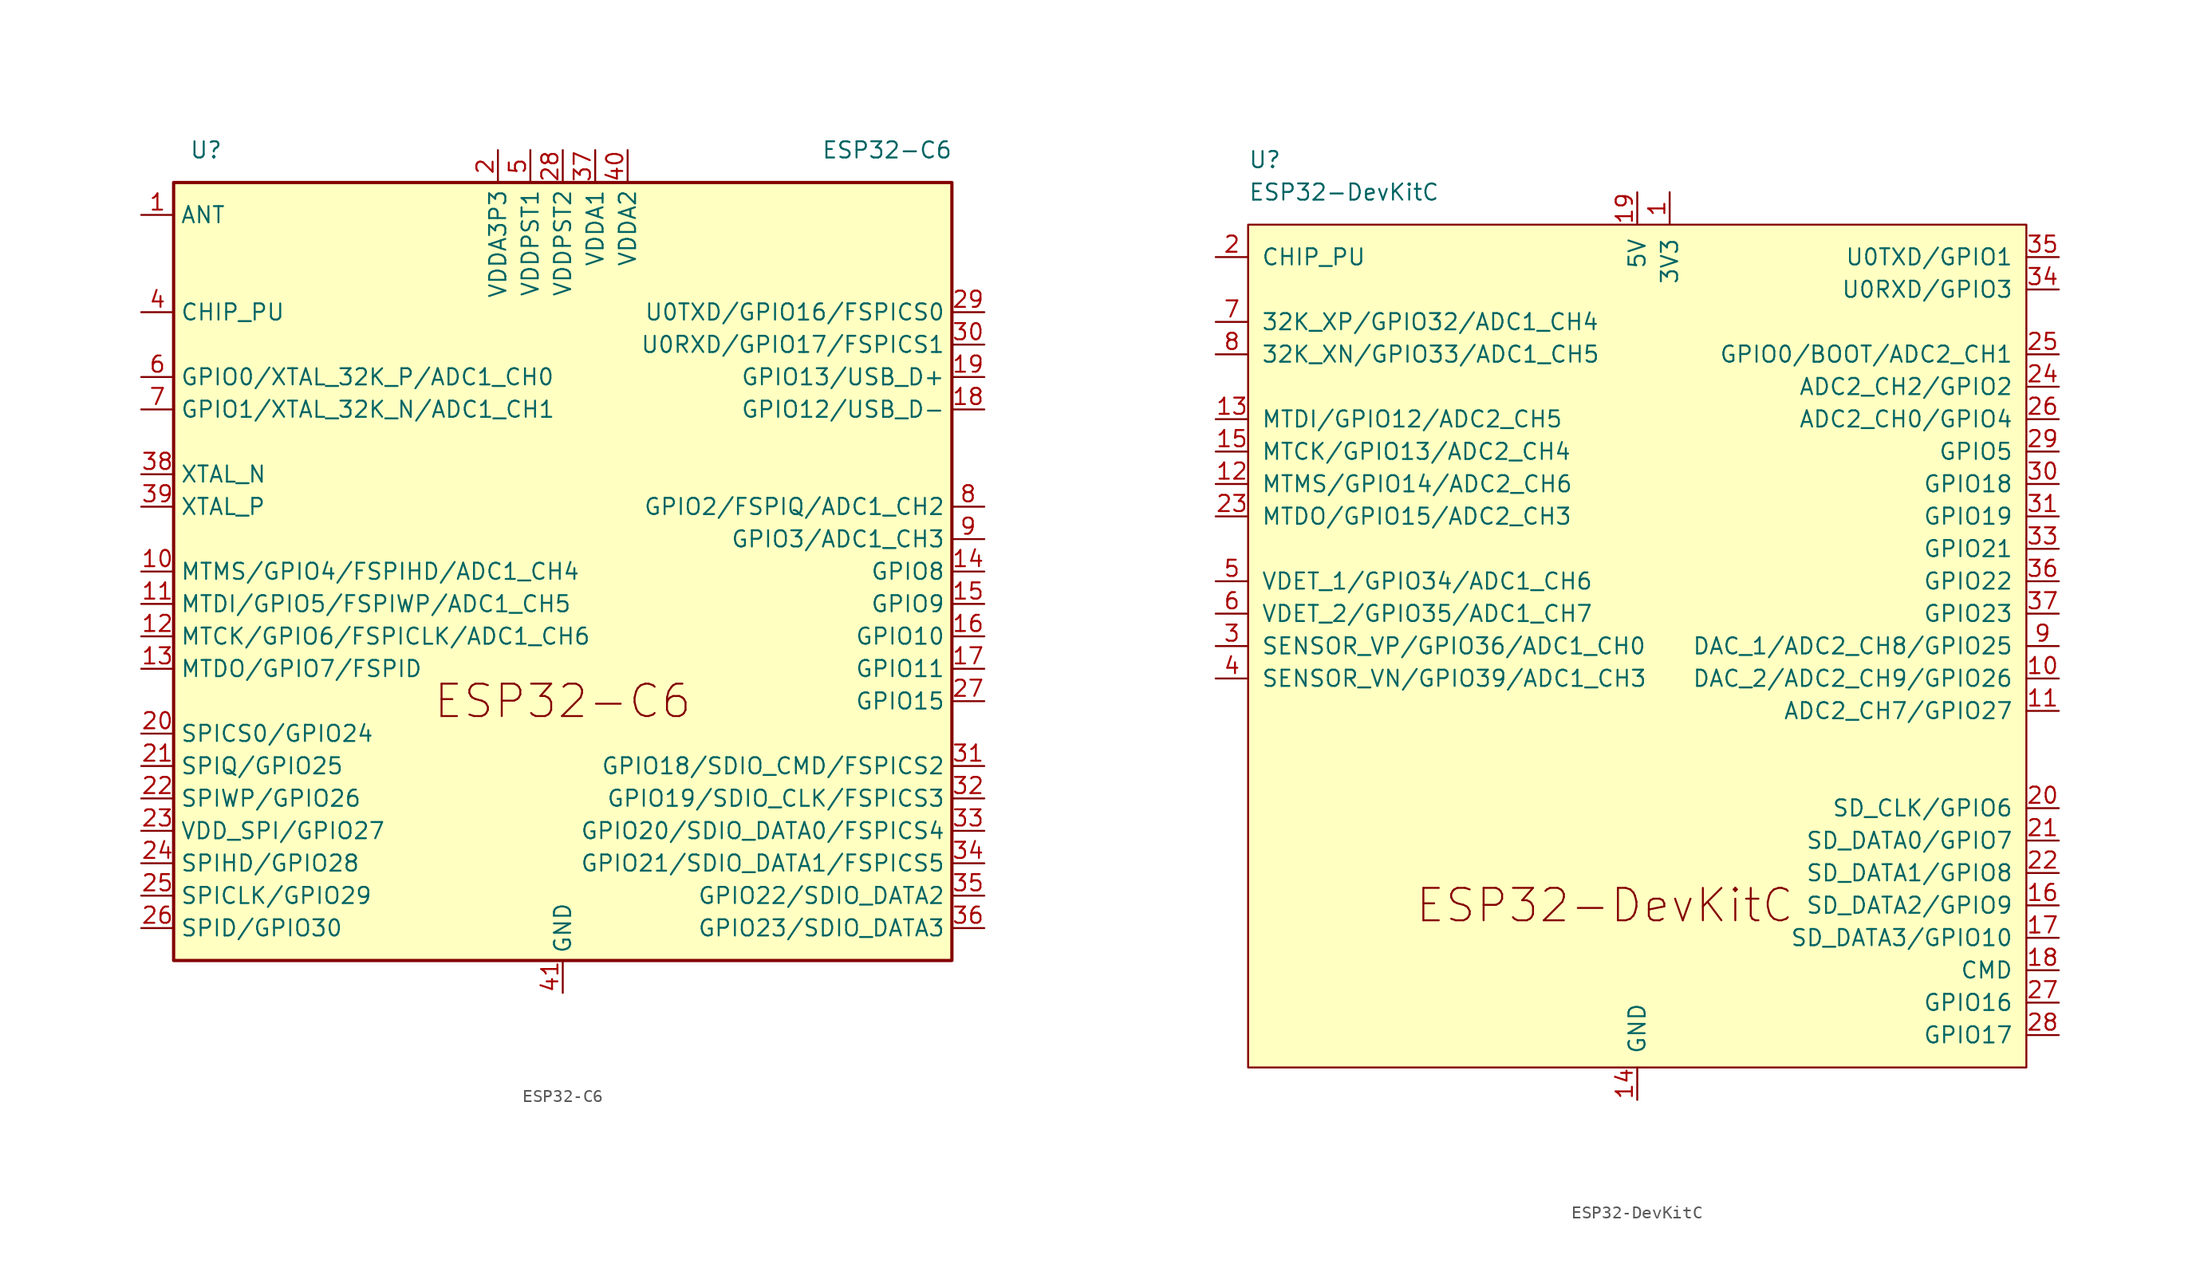
<source format=kicad_sym>
(kicad_symbol_lib
  (version 20241209)
  (generator "kicad_symbol_editor")
  (generator_version "9.0")
  (symbol "ESP32-C6"
    (property "Reference" "U"
      (at -27.94 33.02 0)
      (effects (font (size 1.27 1.27))))
    (property "Value" "ESP32-C6"
      (at 25.4 33.02 0)
      (effects (font (size 1.27 1.27))))
    (symbol "ESP32-C6_0_0"
      (text "ESP32-C6" (at 0 -10.16 0) (effects (font (size 2.54 2.54)))))
    (symbol "ESP32-C6_0_1"
      (rectangle (start -30.48 30.48) (end 30.48 -30.48) (stroke (width 0.254) (type default)) (fill (type background))))
    (symbol "ESP32-C6_1_1"
      (pin bidirectional line (at -33.02 27.94 0) (length 2.54) (name "ANT" (effects (font (size 1.27 1.27)))) (number "1" (effects (font (size 1.27 1.27)))))
      (pin input line (at -33.02 20.32 0) (length 2.54) (name "CHIP_PU" (effects (font (size 1.27 1.27)))) (number "4" (effects (font (size 1.27 1.27)))))
      (pin bidirectional line (at -33.02 15.24 0) (length 2.54) (name "GPIO0/XTAL_32K_P/ADC1_CH0" (effects (font (size 1.27 1.27)))) (number "6" (effects (font (size 1.27 1.27)))))
      (pin bidirectional line (at -33.02 12.7 0) (length 2.54) (name "GPIO1/XTAL_32K_N/ADC1_CH1" (effects (font (size 1.27 1.27)))) (number "7" (effects (font (size 1.27 1.27)))))
      (pin output line (at -33.02 7.62 0) (length 2.54) (name "XTAL_N" (effects (font (size 1.27 1.27)))) (number "38" (effects (font (size 1.27 1.27)))))
      (pin input line (at -33.02 5.08 0) (length 2.54) (name "XTAL_P" (effects (font (size 1.27 1.27)))) (number "39" (effects (font (size 1.27 1.27)))))
      (pin bidirectional line (at -33.02 0 0) (length 2.54) (name "MTMS/GPIO4/FSPIHD/ADC1_CH4" (effects (font (size 1.27 1.27)))) (number "10" (effects (font (size 1.27 1.27)))))
      (pin bidirectional line (at -33.02 -2.54 0) (length 2.54) (name "MTDI/GPIO5/FSPIWP/ADC1_CH5" (effects (font (size 1.27 1.27)))) (number "11" (effects (font (size 1.27 1.27)))))
      (pin bidirectional line (at -33.02 -5.08 0) (length 2.54) (name "MTCK/GPIO6/FSPICLK/ADC1_CH6" (effects (font (size 1.27 1.27)))) (number "12" (effects (font (size 1.27 1.27)))))
      (pin bidirectional line (at -33.02 -7.62 0) (length 2.54) (name "MTDO/GPIO7/FSPID" (effects (font (size 1.27 1.27)))) (number "13" (effects (font (size 1.27 1.27)))))
      (pin bidirectional line (at -33.02 -12.7 0) (length 2.54) (name "SPICS0/GPIO24" (effects (font (size 1.27 1.27)))) (number "20" (effects (font (size 1.27 1.27)))))
      (pin bidirectional line (at -33.02 -15.24 0) (length 2.54) (name "SPIQ/GPIO25" (effects (font (size 1.27 1.27)))) (number "21" (effects (font (size 1.27 1.27)))))
      (pin bidirectional line (at -33.02 -17.78 0) (length 2.54) (name "SPIWP/GPIO26" (effects (font (size 1.27 1.27)))) (number "22" (effects (font (size 1.27 1.27)))))
      (pin bidirectional line (at -33.02 -20.32 0) (length 2.54) (name "VDD_SPI/GPIO27" (effects (font (size 1.27 1.27)))) (number "23" (effects (font (size 1.27 1.27)))))
      (pin bidirectional line (at -33.02 -22.86 0) (length 2.54) (name "SPIHD/GPIO28" (effects (font (size 1.27 1.27)))) (number "24" (effects (font (size 1.27 1.27)))))
      (pin bidirectional line (at -33.02 -25.4 0) (length 2.54) (name "SPICLK/GPIO29" (effects (font (size 1.27 1.27)))) (number "25" (effects (font (size 1.27 1.27)))))
      (pin bidirectional line (at -33.02 -27.94 0) (length 2.54) (name "SPID/GPIO30" (effects (font (size 1.27 1.27)))) (number "26" (effects (font (size 1.27 1.27)))))
      (pin power_in line (at -5.08 33.02 270) (length 2.54) (name "VDDA3P3" (effects (font (size 1.27 1.27)))) (number "2" (effects (font (size 1.27 1.27)))))
      (pin passive line (at -5.08 33.02 270) (length 2.54) (hide yes) (name "VDDA3P3" (effects (font (size 1.27 1.27)))) (number "3" (effects (font (size 1.27 1.27)))))
      (pin power_in line (at -2.54 33.02 270) (length 2.54) (name "VDDPST1" (effects (font (size 1.27 1.27)))) (number "5" (effects (font (size 1.27 1.27)))))
      (pin power_in line (at 0 33.02 270) (length 2.54) (name "VDDPST2" (effects (font (size 1.27 1.27)))) (number "28" (effects (font (size 1.27 1.27)))))
      (pin power_in line (at 0 -33.02 90) (length 2.54) (name "GND" (effects (font (size 1.27 1.27)))) (number "41" (effects (font (size 1.27 1.27)))))
      (pin power_in line (at 2.54 33.02 270) (length 2.54) (name "VDDA1" (effects (font (size 1.27 1.27)))) (number "37" (effects (font (size 1.27 1.27)))))
      (pin power_in line (at 5.08 33.02 270) (length 2.54) (name "VDDA2" (effects (font (size 1.27 1.27)))) (number "40" (effects (font (size 1.27 1.27)))))
      (pin bidirectional line (at 33.02 20.32 180) (length 2.54) (name "U0TXD/GPIO16/FSPICS0" (effects (font (size 1.27 1.27)))) (number "29" (effects (font (size 1.27 1.27)))))
      (pin bidirectional line (at 33.02 17.78 180) (length 2.54) (name "U0RXD/GPIO17/FSPICS1" (effects (font (size 1.27 1.27)))) (number "30" (effects (font (size 1.27 1.27)))))
      (pin bidirectional line (at 33.02 15.24 180) (length 2.54) (name "GPIO13/USB_D+" (effects (font (size 1.27 1.27)))) (number "19" (effects (font (size 1.27 1.27)))))
      (pin bidirectional line (at 33.02 12.7 180) (length 2.54) (name "GPIO12/USB_D-" (effects (font (size 1.27 1.27)))) (number "18" (effects (font (size 1.27 1.27)))))
      (pin bidirectional line (at 33.02 5.08 180) (length 2.54) (name "GPIO2/FSPIQ/ADC1_CH2" (effects (font (size 1.27 1.27)))) (number "8" (effects (font (size 1.27 1.27)))))
      (pin bidirectional line (at 33.02 2.54 180) (length 2.54) (name "GPIO3/ADC1_CH3" (effects (font (size 1.27 1.27)))) (number "9" (effects (font (size 1.27 1.27)))))
      (pin bidirectional line (at 33.02 0 180) (length 2.54) (name "GPIO8" (effects (font (size 1.27 1.27)))) (number "14" (effects (font (size 1.27 1.27)))))
      (pin bidirectional line (at 33.02 -2.54 180) (length 2.54) (name "GPIO9" (effects (font (size 1.27 1.27)))) (number "15" (effects (font (size 1.27 1.27)))))
      (pin bidirectional line (at 33.02 -5.08 180) (length 2.54) (name "GPIO10" (effects (font (size 1.27 1.27)))) (number "16" (effects (font (size 1.27 1.27)))))
      (pin bidirectional line (at 33.02 -7.62 180) (length 2.54) (name "GPIO11" (effects (font (size 1.27 1.27)))) (number "17" (effects (font (size 1.27 1.27)))))
      (pin bidirectional line (at 33.02 -10.16 180) (length 2.54) (name "GPIO15" (effects (font (size 1.27 1.27)))) (number "27" (effects (font (size 1.27 1.27)))))
      (pin bidirectional line (at 33.02 -15.24 180) (length 2.54) (name "GPIO18/SDIO_CMD/FSPICS2" (effects (font (size 1.27 1.27)))) (number "31" (effects (font (size 1.27 1.27)))))
      (pin bidirectional line (at 33.02 -17.78 180) (length 2.54) (name "GPIO19/SDIO_CLK/FSPICS3" (effects (font (size 1.27 1.27)))) (number "32" (effects (font (size 1.27 1.27)))))
      (pin bidirectional line (at 33.02 -20.32 180) (length 2.54) (name "GPIO20/SDIO_DATA0/FSPICS4" (effects (font (size 1.27 1.27)))) (number "33" (effects (font (size 1.27 1.27)))))
      (pin bidirectional line (at 33.02 -22.86 180) (length 2.54) (name "GPIO21/SDIO_DATA1/FSPICS5" (effects (font (size 1.27 1.27)))) (number "34" (effects (font (size 1.27 1.27)))))
      (pin bidirectional line (at 33.02 -25.4 180) (length 2.54) (name "GPIO22/SDIO_DATA2" (effects (font (size 1.27 1.27)))) (number "35" (effects (font (size 1.27 1.27)))))
      (pin bidirectional line (at 33.02 -27.94 180) (length 2.54) (name "GPIO23/SDIO_DATA3" (effects (font (size 1.27 1.27)))) (number "36" (effects (font (size 1.27 1.27)))))))
  (symbol "ESP32-DevKitC"
    (pin_names
      (offset 1.016))
    (property "Reference" "U"
      (at -30.48 38.1 0)
      (effects (font (size 1.27 1.27)) (justify left)))
    (property "Value" "ESP32-DevKitC"
      (at -30.48 35.56 0)
      (effects (font (size 1.27 1.27)) (justify left)))
    (symbol "ESP32-DevKitC_0_0"
      (text "ESP32-DevKitC" (at -2.54 -20.32 0) (effects (font (size 2.54 2.54))))
      (pin power_in line (at 0 35.56 270) (length 2.54) (name "5V" (effects (font (size 1.27 1.27)))) (number "19" (effects (font (size 1.27 1.27)))))
      (pin power_in line (at 0 -35.56 90) (length 2.54) (name "GND" (effects (font (size 1.27 1.27)))) (number "14" (effects (font (size 1.27 1.27))))))
    (symbol "ESP32-DevKitC_0_1"
      (rectangle (start -30.48 33.02) (end 30.48 -33.02) (stroke (width 0) (type default)) (fill (type background))))
    (symbol "ESP32-DevKitC_1_1"
      (pin input line (at -33.02 30.48 0) (length 2.54) (name "CHIP_PU" (effects (font (size 1.27 1.27)))) (number "2" (effects (font (size 1.27 1.27)))))
      (pin bidirectional line (at -33.02 25.4 0) (length 2.54) (name "32K_XP/GPIO32/ADC1_CH4" (effects (font (size 1.27 1.27)))) (number "7" (effects (font (size 1.27 1.27)))))
      (pin bidirectional line (at -33.02 22.86 0) (length 2.54) (name "32K_XN/GPIO33/ADC1_CH5" (effects (font (size 1.27 1.27)))) (number "8" (effects (font (size 1.27 1.27)))))
      (pin bidirectional line (at -33.02 17.78 0) (length 2.54) (name "MTDI/GPIO12/ADC2_CH5" (effects (font (size 1.27 1.27)))) (number "13" (effects (font (size 1.27 1.27)))))
      (pin bidirectional line (at -33.02 15.24 0) (length 2.54) (name "MTCK/GPIO13/ADC2_CH4" (effects (font (size 1.27 1.27)))) (number "15" (effects (font (size 1.27 1.27)))))
      (pin bidirectional line (at -33.02 12.7 0) (length 2.54) (name "MTMS/GPIO14/ADC2_CH6" (effects (font (size 1.27 1.27)))) (number "12" (effects (font (size 1.27 1.27)))))
      (pin bidirectional line (at -33.02 10.16 0) (length 2.54) (name "MTDO/GPIO15/ADC2_CH3" (effects (font (size 1.27 1.27)))) (number "23" (effects (font (size 1.27 1.27)))))
      (pin input line (at -33.02 5.08 0) (length 2.54) (name "VDET_1/GPIO34/ADC1_CH6" (effects (font (size 1.27 1.27)))) (number "5" (effects (font (size 1.27 1.27)))))
      (pin input line (at -33.02 2.54 0) (length 2.54) (name "VDET_2/GPIO35/ADC1_CH7" (effects (font (size 1.27 1.27)))) (number "6" (effects (font (size 1.27 1.27)))))
      (pin input line (at -33.02 0 0) (length 2.54) (name "SENSOR_VP/GPIO36/ADC1_CH0" (effects (font (size 1.27 1.27)))) (number "3" (effects (font (size 1.27 1.27)))))
      (pin input line (at -33.02 -2.54 0) (length 2.54) (name "SENSOR_VN/GPIO39/ADC1_CH3" (effects (font (size 1.27 1.27)))) (number "4" (effects (font (size 1.27 1.27)))))
      (pin passive line (at 0 -35.56 90) (length 2.54) (hide yes) (name "GND" (effects (font (size 1.27 1.27)))) (number "32" (effects (font (size 1.27 1.27)))))
      (pin passive line (at 0 -35.56 90) (length 2.54) (hide yes) (name "GND" (effects (font (size 1.27 1.27)))) (number "38" (effects (font (size 1.27 1.27)))))
      (pin power_in line (at 2.54 35.56 270) (length 2.54) (name "3V3" (effects (font (size 1.27 1.27)))) (number "1" (effects (font (size 1.27 1.27)))))
      (pin bidirectional line (at 33.02 30.48 180) (length 2.54) (name "U0TXD/GPIO1" (effects (font (size 1.27 1.27)))) (number "35" (effects (font (size 1.27 1.27)))))
      (pin bidirectional line (at 33.02 27.94 180) (length 2.54) (name "U0RXD/GPIO3" (effects (font (size 1.27 1.27)))) (number "34" (effects (font (size 1.27 1.27)))))
      (pin bidirectional line (at 33.02 22.86 180) (length 2.54) (name "GPIO0/BOOT/ADC2_CH1" (effects (font (size 1.27 1.27)))) (number "25" (effects (font (size 1.27 1.27)))))
      (pin bidirectional line (at 33.02 20.32 180) (length 2.54) (name "ADC2_CH2/GPIO2" (effects (font (size 1.27 1.27)))) (number "24" (effects (font (size 1.27 1.27)))))
      (pin bidirectional line (at 33.02 17.78 180) (length 2.54) (name "ADC2_CH0/GPIO4" (effects (font (size 1.27 1.27)))) (number "26" (effects (font (size 1.27 1.27)))))
      (pin bidirectional line (at 33.02 15.24 180) (length 2.54) (name "GPIO5" (effects (font (size 1.27 1.27)))) (number "29" (effects (font (size 1.27 1.27)))))
      (pin bidirectional line (at 33.02 12.7 180) (length 2.54) (name "GPIO18" (effects (font (size 1.27 1.27)))) (number "30" (effects (font (size 1.27 1.27)))))
      (pin bidirectional line (at 33.02 10.16 180) (length 2.54) (name "GPIO19" (effects (font (size 1.27 1.27)))) (number "31" (effects (font (size 1.27 1.27)))))
      (pin bidirectional line (at 33.02 7.62 180) (length 2.54) (name "GPIO21" (effects (font (size 1.27 1.27)))) (number "33" (effects (font (size 1.27 1.27)))))
      (pin bidirectional line (at 33.02 5.08 180) (length 2.54) (name "GPIO22" (effects (font (size 1.27 1.27)))) (number "36" (effects (font (size 1.27 1.27)))))
      (pin bidirectional line (at 33.02 2.54 180) (length 2.54) (name "GPIO23" (effects (font (size 1.27 1.27)))) (number "37" (effects (font (size 1.27 1.27)))))
      (pin bidirectional line (at 33.02 0 180) (length 2.54) (name "DAC_1/ADC2_CH8/GPIO25" (effects (font (size 1.27 1.27)))) (number "9" (effects (font (size 1.27 1.27)))))
      (pin bidirectional line (at 33.02 -2.54 180) (length 2.54) (name "DAC_2/ADC2_CH9/GPIO26" (effects (font (size 1.27 1.27)))) (number "10" (effects (font (size 1.27 1.27)))))
      (pin bidirectional line (at 33.02 -5.08 180) (length 2.54) (name "ADC2_CH7/GPIO27" (effects (font (size 1.27 1.27)))) (number "11" (effects (font (size 1.27 1.27)))))
      (pin bidirectional line (at 33.02 -12.7 180) (length 2.54) (name "SD_CLK/GPIO6" (effects (font (size 1.27 1.27)))) (number "20" (effects (font (size 1.27 1.27)))))
      (pin bidirectional line (at 33.02 -15.24 180) (length 2.54) (name "SD_DATA0/GPIO7" (effects (font (size 1.27 1.27)))) (number "21" (effects (font (size 1.27 1.27)))))
      (pin bidirectional line (at 33.02 -17.78 180) (length 2.54) (name "SD_DATA1/GPIO8" (effects (font (size 1.27 1.27)))) (number "22" (effects (font (size 1.27 1.27)))))
      (pin bidirectional line (at 33.02 -20.32 180) (length 2.54) (name "SD_DATA2/GPIO9" (effects (font (size 1.27 1.27)))) (number "16" (effects (font (size 1.27 1.27)))))
      (pin bidirectional line (at 33.02 -22.86 180) (length 2.54) (name "SD_DATA3/GPIO10" (effects (font (size 1.27 1.27)))) (number "17" (effects (font (size 1.27 1.27)))))
      (pin bidirectional line (at 33.02 -25.4 180) (length 2.54) (name "CMD" (effects (font (size 1.27 1.27)))) (number "18" (effects (font (size 1.27 1.27)))))
      (pin bidirectional line (at 33.02 -27.94 180) (length 2.54) (name "GPIO16" (effects (font (size 1.27 1.27)))) (number "27" (effects (font (size 1.27 1.27)))))
      (pin bidirectional line (at 33.02 -30.48 180) (length 2.54) (name "GPIO17" (effects (font (size 1.27 1.27)))) (number "28" (effects (font (size 1.27 1.27))))))))
</source>
